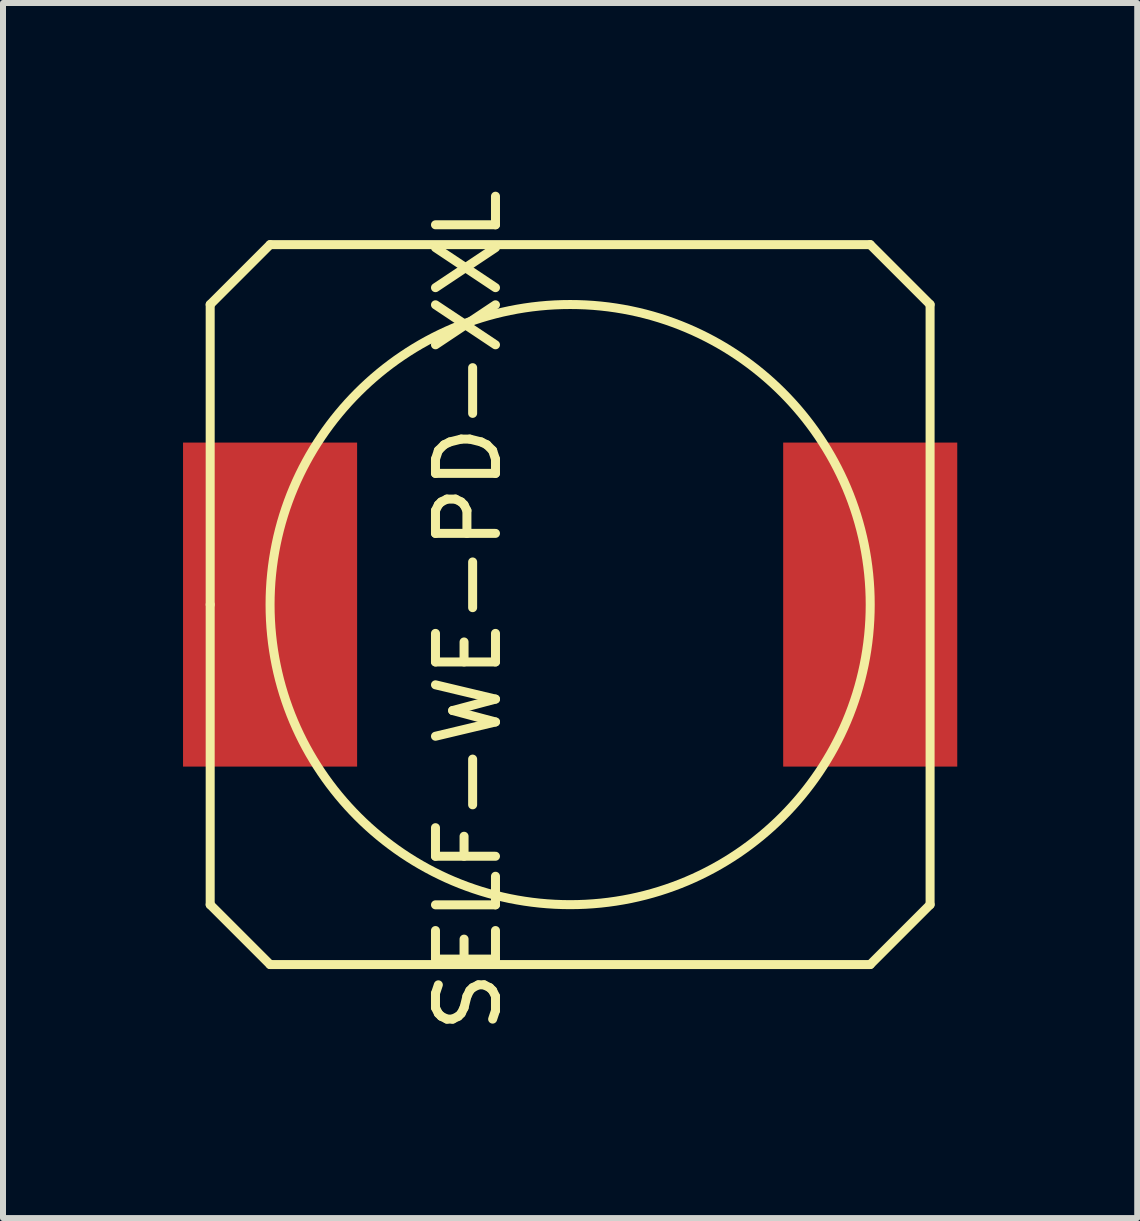
<source format=kicad_pcb>
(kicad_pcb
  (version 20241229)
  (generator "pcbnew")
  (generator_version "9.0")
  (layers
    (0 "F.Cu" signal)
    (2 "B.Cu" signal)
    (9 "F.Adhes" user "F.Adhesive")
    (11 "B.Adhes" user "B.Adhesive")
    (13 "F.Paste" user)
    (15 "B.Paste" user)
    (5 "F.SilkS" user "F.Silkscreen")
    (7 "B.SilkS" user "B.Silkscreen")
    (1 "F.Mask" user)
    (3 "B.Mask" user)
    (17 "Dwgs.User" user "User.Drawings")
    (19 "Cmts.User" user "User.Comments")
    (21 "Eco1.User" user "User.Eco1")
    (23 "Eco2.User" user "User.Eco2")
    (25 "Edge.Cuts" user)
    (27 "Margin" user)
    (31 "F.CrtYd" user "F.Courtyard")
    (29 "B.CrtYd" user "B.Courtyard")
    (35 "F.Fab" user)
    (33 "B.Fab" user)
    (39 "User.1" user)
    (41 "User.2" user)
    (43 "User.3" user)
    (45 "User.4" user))
  (footprint "SELF-WE-PD-XXL"
    (layer "F.Cu")
    (at 6.452 7.026)
    (property "Reference" "SELF-WE-PD-XXL" (at -1.699 0.099 90) (layer "F.SilkS") (effects (font (size 1 1) (thickness 0.15))))
    (attr smd)
    (fp_line (start -5.999 -5.001) (end -5.001 -5.999) (stroke (width 0.15) (type solid)) (layer "F.SilkS"))
    (fp_line (start -5.999 0) (end -5.999 -5.001) (stroke (width 0.15) (type solid)) (layer "F.SilkS"))
    (fp_line (start -5.999 5.001) (end -5.999 0) (stroke (width 0.15) (type solid)) (layer "F.SilkS"))
    (fp_line (start -5.001 -5.999) (end 5.001 -5.999) (stroke (width 0.15) (type solid)) (layer "F.SilkS"))
    (fp_line (start -5.001 5.999) (end -5.999 5.001) (stroke (width 0.15) (type solid)) (layer "F.SilkS"))
    (fp_line (start 5.001 -5.999) (end 5.999 -5.001) (stroke (width 0.15) (type solid)) (layer "F.SilkS"))
    (fp_line (start 5.001 5.999) (end -5.001 5.999) (stroke (width 0.15) (type solid)) (layer "F.SilkS"))
    (fp_line (start 5.999 -5.001) (end 5.999 5.001) (stroke (width 0.15) (type solid)) (layer "F.SilkS"))
    (fp_line (start 5.999 5.001) (end 5.001 5.999) (stroke (width 0.15) (type solid)) (layer "F.SilkS"))
    (fp_circle (center 0 0) (end 0 -5.001) (stroke (width 0.15) (type solid)) (fill no) (layer "F.SilkS"))
    (fp_text user "" (at 0 0 0) (layer "F.SilkS") (effects (font (size 1 1) (thickness 0.15))))
    (fp_text user "" (at 0 0 0) (layer "F.SilkS") (effects (font (size 1 1) (thickness 0.15))))
    (pad "1" smd rect (at -5.001 0) (size 2.901 5.4) (layers "F.Cu" "F.Mask" "F.Paste"))
    (pad "2" smd rect (at 5.001 0) (size 2.901 5.4) (layers "F.Cu" "F.Mask" "F.Paste")))
  (gr_rect
    (start -3 -3)
    (end 15.903 17.25)
    (stroke (width 0.1) (type default))
    (fill no)
    (layer "Edge.Cuts")))
</source>
